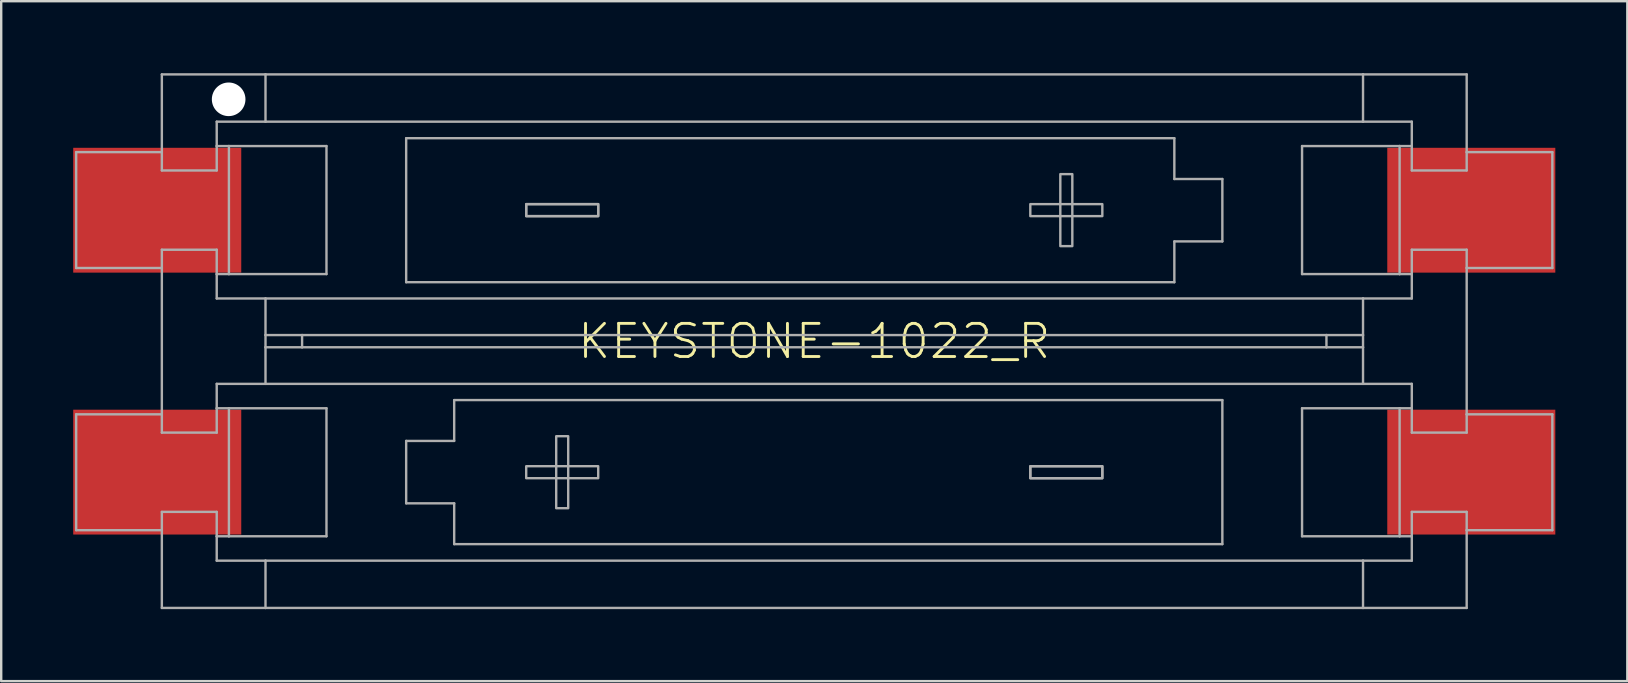
<source format=kicad_pcb>
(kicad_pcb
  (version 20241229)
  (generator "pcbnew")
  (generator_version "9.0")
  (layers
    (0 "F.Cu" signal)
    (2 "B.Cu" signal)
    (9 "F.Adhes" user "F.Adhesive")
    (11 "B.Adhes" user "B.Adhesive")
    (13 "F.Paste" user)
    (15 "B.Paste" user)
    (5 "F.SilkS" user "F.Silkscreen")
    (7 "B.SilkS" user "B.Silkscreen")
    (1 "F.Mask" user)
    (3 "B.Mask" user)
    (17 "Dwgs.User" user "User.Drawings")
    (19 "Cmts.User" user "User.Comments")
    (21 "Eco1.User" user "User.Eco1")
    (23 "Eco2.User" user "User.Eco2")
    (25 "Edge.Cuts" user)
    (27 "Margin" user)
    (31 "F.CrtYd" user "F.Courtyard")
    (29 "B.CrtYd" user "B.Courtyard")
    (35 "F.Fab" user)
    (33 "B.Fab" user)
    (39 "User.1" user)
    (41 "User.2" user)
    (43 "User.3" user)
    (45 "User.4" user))
  (footprint "KEYSTONE-1022_R"
    (layer "F.Cu")
    (at 30.87 11.162)
    (property "Reference" "KEYSTONE-1022_R" (at 0 0.006 0) (unlocked yes) (layer "F.SilkS") (effects (font (size 1.38 1.38) (thickness 0.12))))
    (fp_line (start -30.747 -7.874) (end -30.747 -3.048) (stroke (width 0.1) (type solid)) (layer "F.Fab"))
    (fp_line (start -30.747 -3.048) (end -27.178 -3.048) (stroke (width 0.1) (type solid)) (layer "F.Fab"))
    (fp_line (start -30.747 3.048) (end -30.747 7.874) (stroke (width 0.1) (type solid)) (layer "F.Fab"))
    (fp_line (start -30.747 7.874) (end -27.178 7.874) (stroke (width 0.1) (type solid)) (layer "F.Fab"))
    (fp_line (start -27.178 -11.113) (end -22.86 -11.113) (stroke (width 0.1) (type solid)) (layer "F.Fab"))
    (fp_line (start -27.178 -7.874) (end -30.747 -7.874) (stroke (width 0.1) (type solid)) (layer "F.Fab"))
    (fp_line (start -27.178 -7.874) (end -27.178 -11.113) (stroke (width 0.1) (type solid)) (layer "F.Fab"))
    (fp_line (start -27.178 -7.874) (end -27.178 -7.112) (stroke (width 0.1) (type solid)) (layer "F.Fab"))
    (fp_line (start -27.178 -7.112) (end -24.892 -7.112) (stroke (width 0.1) (type solid)) (layer "F.Fab"))
    (fp_line (start -27.178 -3.81) (end -27.178 -3.048) (stroke (width 0.1) (type solid)) (layer "F.Fab"))
    (fp_line (start -27.178 -3.81) (end -24.892 -3.81) (stroke (width 0.1) (type solid)) (layer "F.Fab"))
    (fp_line (start -27.178 3.048) (end -30.747 3.048) (stroke (width 0.1) (type solid)) (layer "F.Fab"))
    (fp_line (start -27.178 3.048) (end -27.178 -3.048) (stroke (width 0.1) (type solid)) (layer "F.Fab"))
    (fp_line (start -27.178 3.048) (end -27.178 3.81) (stroke (width 0.1) (type solid)) (layer "F.Fab"))
    (fp_line (start -27.178 3.81) (end -24.892 3.81) (stroke (width 0.1) (type solid)) (layer "F.Fab"))
    (fp_line (start -27.178 7.112) (end -24.892 7.112) (stroke (width 0.1) (type solid)) (layer "F.Fab"))
    (fp_line (start -27.178 7.874) (end -27.178 7.112) (stroke (width 0.1) (type solid)) (layer "F.Fab"))
    (fp_line (start -27.178 7.874) (end -27.178 11.113) (stroke (width 0.1) (type solid)) (layer "F.Fab"))
    (fp_line (start -24.892 -9.144) (end -22.86 -9.144) (stroke (width 0.1) (type solid)) (layer "F.Fab"))
    (fp_line (start -24.892 -8.128) (end -24.892 -9.144) (stroke (width 0.1) (type solid)) (layer "F.Fab"))
    (fp_line (start -24.892 -7.112) (end -24.892 -8.128) (stroke (width 0.1) (type solid)) (layer "F.Fab"))
    (fp_line (start -24.892 -3.81) (end -24.892 -2.794) (stroke (width 0.1) (type solid)) (layer "F.Fab"))
    (fp_line (start -24.892 -2.794) (end -24.892 -1.778) (stroke (width 0.1) (type solid)) (layer "F.Fab"))
    (fp_line (start -24.892 -1.778) (end -22.86 -1.778) (stroke (width 0.1) (type solid)) (layer "F.Fab"))
    (fp_line (start -24.892 2.794) (end -24.892 1.778) (stroke (width 0.1) (type solid)) (layer "F.Fab"))
    (fp_line (start -24.892 3.81) (end -24.892 2.794) (stroke (width 0.1) (type solid)) (layer "F.Fab"))
    (fp_line (start -24.892 7.112) (end -24.892 8.128) (stroke (width 0.1) (type solid)) (layer "F.Fab"))
    (fp_line (start -24.892 8.128) (end -24.892 9.144) (stroke (width 0.1) (type solid)) (layer "F.Fab"))
    (fp_line (start -24.892 8.128) (end -24.384 8.128) (stroke (width 0.1) (type solid)) (layer "F.Fab"))
    (fp_line (start -24.384 -8.128) (end -24.892 -8.128) (stroke (width 0.1) (type solid)) (layer "F.Fab"))
    (fp_line (start -24.384 -8.128) (end -24.384 -2.794) (stroke (width 0.1) (type solid)) (layer "F.Fab"))
    (fp_line (start -24.384 -2.794) (end -24.892 -2.794) (stroke (width 0.1) (type solid)) (layer "F.Fab"))
    (fp_line (start -24.384 -2.794) (end -20.32 -2.794) (stroke (width 0.1) (type solid)) (layer "F.Fab"))
    (fp_line (start -24.384 2.794) (end -24.892 2.794) (stroke (width 0.1) (type solid)) (layer "F.Fab"))
    (fp_line (start -24.384 2.794) (end -24.384 8.128) (stroke (width 0.1) (type solid)) (layer "F.Fab"))
    (fp_line (start -24.384 8.128) (end -20.32 8.128) (stroke (width 0.1) (type solid)) (layer "F.Fab"))
    (fp_line (start -22.86 -11.113) (end 22.86 -11.113) (stroke (width 0.1) (type solid)) (layer "F.Fab"))
    (fp_line (start -22.86 -9.144) (end -22.86 -11.113) (stroke (width 0.1) (type solid)) (layer "F.Fab"))
    (fp_line (start -22.86 -9.144) (end 22.86 -9.144) (stroke (width 0.1) (type solid)) (layer "F.Fab"))
    (fp_line (start -22.86 -1.778) (end 22.86 -1.778) (stroke (width 0.1) (type solid)) (layer "F.Fab"))
    (fp_line (start -22.86 -0.254) (end -22.86 -1.778) (stroke (width 0.1) (type solid)) (layer "F.Fab"))
    (fp_line (start -22.86 -0.254) (end -21.336 -0.254) (stroke (width 0.1) (type solid)) (layer "F.Fab"))
    (fp_line (start -22.86 0.254) (end -22.86 -0.254) (stroke (width 0.1) (type solid)) (layer "F.Fab"))
    (fp_line (start -22.86 1.778) (end -24.892 1.778) (stroke (width 0.1) (type solid)) (layer "F.Fab"))
    (fp_line (start -22.86 1.778) (end -22.86 0.254) (stroke (width 0.1) (type solid)) (layer "F.Fab"))
    (fp_line (start -22.86 9.144) (end -24.892 9.144) (stroke (width 0.1) (type solid)) (layer "F.Fab"))
    (fp_line (start -22.86 9.144) (end -22.86 11.113) (stroke (width 0.1) (type solid)) (layer "F.Fab"))
    (fp_line (start -22.86 11.113) (end -27.178 11.113) (stroke (width 0.1) (type solid)) (layer "F.Fab"))
    (fp_line (start -21.336 -0.254) (end -21.336 0.254) (stroke (width 0.1) (type solid)) (layer "F.Fab"))
    (fp_line (start -21.336 -0.254) (end 21.336 -0.254) (stroke (width 0.1) (type solid)) (layer "F.Fab"))
    (fp_line (start -21.336 0.254) (end -22.86 0.254) (stroke (width 0.1) (type solid)) (layer "F.Fab"))
    (fp_line (start -20.32 -8.128) (end -24.384 -8.128) (stroke (width 0.1) (type solid)) (layer "F.Fab"))
    (fp_line (start -20.32 -2.794) (end -20.32 -8.128) (stroke (width 0.1) (type solid)) (layer "F.Fab"))
    (fp_line (start -20.32 2.794) (end -24.384 2.794) (stroke (width 0.1) (type solid)) (layer "F.Fab"))
    (fp_line (start -20.32 8.128) (end -20.32 2.794) (stroke (width 0.1) (type solid)) (layer "F.Fab"))
    (fp_line (start -17 -8.455) (end -17 -2.455) (stroke (width 0.1) (type solid)) (layer "F.Fab"))
    (fp_line (start -17 -8.455) (end 15 -8.455) (stroke (width 0.1) (type solid)) (layer "F.Fab"))
    (fp_line (start -17 -2.455) (end 15 -2.455) (stroke (width 0.1) (type solid)) (layer "F.Fab"))
    (fp_line (start -17 4.155) (end -17 6.755) (stroke (width 0.1) (type solid)) (layer "F.Fab"))
    (fp_line (start -17 6.755) (end -15 6.755) (stroke (width 0.1) (type solid)) (layer "F.Fab"))
    (fp_line (start -15 2.455) (end -15 4.155) (stroke (width 0.1) (type solid)) (layer "F.Fab"))
    (fp_line (start -15 4.155) (end -17 4.155) (stroke (width 0.1) (type solid)) (layer "F.Fab"))
    (fp_line (start -15 8.455) (end -15 6.755) (stroke (width 0.1) (type solid)) (layer "F.Fab"))
    (fp_line (start 15 -8.455) (end 15 -6.755) (stroke (width 0.1) (type solid)) (layer "F.Fab"))
    (fp_line (start 15 -4.155) (end 17 -4.155) (stroke (width 0.1) (type solid)) (layer "F.Fab"))
    (fp_line (start 15 -2.455) (end 15 -4.155) (stroke (width 0.1) (type solid)) (layer "F.Fab"))
    (fp_line (start 17 -6.755) (end 15 -6.755) (stroke (width 0.1) (type solid)) (layer "F.Fab"))
    (fp_line (start 17 -4.155) (end 17 -6.755) (stroke (width 0.1) (type solid)) (layer "F.Fab"))
    (fp_line (start 17 2.455) (end -15 2.455) (stroke (width 0.1) (type solid)) (layer "F.Fab"))
    (fp_line (start 17 8.455) (end -15 8.455) (stroke (width 0.1) (type solid)) (layer "F.Fab"))
    (fp_line (start 17 8.455) (end 17 2.455) (stroke (width 0.1) (type solid)) (layer "F.Fab"))
    (fp_line (start 20.32 -8.128) (end 20.32 -2.794) (stroke (width 0.1) (type solid)) (layer "F.Fab"))
    (fp_line (start 20.32 -2.794) (end 24.384 -2.794) (stroke (width 0.1) (type solid)) (layer "F.Fab"))
    (fp_line (start 20.32 2.794) (end 20.32 8.128) (stroke (width 0.1) (type solid)) (layer "F.Fab"))
    (fp_line (start 20.32 8.128) (end 24.384 8.128) (stroke (width 0.1) (type solid)) (layer "F.Fab"))
    (fp_line (start 21.336 -0.254) (end 21.336 0.254) (stroke (width 0.1) (type solid)) (layer "F.Fab"))
    (fp_line (start 21.336 -0.254) (end 22.86 -0.254) (stroke (width 0.1) (type solid)) (layer "F.Fab"))
    (fp_line (start 21.336 0.254) (end -21.336 0.254) (stroke (width 0.1) (type solid)) (layer "F.Fab"))
    (fp_line (start 22.86 -11.113) (end 22.86 -9.144) (stroke (width 0.1) (type solid)) (layer "F.Fab"))
    (fp_line (start 22.86 -11.113) (end 27.178 -11.113) (stroke (width 0.1) (type solid)) (layer "F.Fab"))
    (fp_line (start 22.86 -9.144) (end 24.892 -9.144) (stroke (width 0.1) (type solid)) (layer "F.Fab"))
    (fp_line (start 22.86 -1.778) (end 22.86 -0.254) (stroke (width 0.1) (type solid)) (layer "F.Fab"))
    (fp_line (start 22.86 -1.778) (end 24.892 -1.778) (stroke (width 0.1) (type solid)) (layer "F.Fab"))
    (fp_line (start 22.86 -0.254) (end 22.86 0.254) (stroke (width 0.1) (type solid)) (layer "F.Fab"))
    (fp_line (start 22.86 0.254) (end 21.336 0.254) (stroke (width 0.1) (type solid)) (layer "F.Fab"))
    (fp_line (start 22.86 0.254) (end 22.86 1.778) (stroke (width 0.1) (type solid)) (layer "F.Fab"))
    (fp_line (start 22.86 1.778) (end -22.86 1.778) (stroke (width 0.1) (type solid)) (layer "F.Fab"))
    (fp_line (start 22.86 9.144) (end -22.86 9.144) (stroke (width 0.1) (type solid)) (layer "F.Fab"))
    (fp_line (start 22.86 9.144) (end 22.86 11.113) (stroke (width 0.1) (type solid)) (layer "F.Fab"))
    (fp_line (start 22.86 11.113) (end -22.86 11.113) (stroke (width 0.1) (type solid)) (layer "F.Fab"))
    (fp_line (start 22.86 11.113) (end 27.178 11.113) (stroke (width 0.1) (type solid)) (layer "F.Fab"))
    (fp_line (start 24.384 -8.128) (end 20.32 -8.128) (stroke (width 0.1) (type solid)) (layer "F.Fab"))
    (fp_line (start 24.384 -8.128) (end 24.384 -2.794) (stroke (width 0.1) (type solid)) (layer "F.Fab"))
    (fp_line (start 24.384 -8.128) (end 24.892 -8.128) (stroke (width 0.1) (type solid)) (layer "F.Fab"))
    (fp_line (start 24.384 -2.794) (end 24.892 -2.794) (stroke (width 0.1) (type solid)) (layer "F.Fab"))
    (fp_line (start 24.384 2.794) (end 20.32 2.794) (stroke (width 0.1) (type solid)) (layer "F.Fab"))
    (fp_line (start 24.384 2.794) (end 24.892 2.794) (stroke (width 0.1) (type solid)) (layer "F.Fab"))
    (fp_line (start 24.384 8.128) (end 24.384 2.794) (stroke (width 0.1) (type solid)) (layer "F.Fab"))
    (fp_line (start 24.384 8.128) (end 24.892 8.128) (stroke (width 0.1) (type solid)) (layer "F.Fab"))
    (fp_line (start 24.892 -8.128) (end 24.892 -9.144) (stroke (width 0.1) (type solid)) (layer "F.Fab"))
    (fp_line (start 24.892 -7.112) (end 24.892 -8.128) (stroke (width 0.1) (type solid)) (layer "F.Fab"))
    (fp_line (start 24.892 -3.81) (end 24.892 -2.794) (stroke (width 0.1) (type solid)) (layer "F.Fab"))
    (fp_line (start 24.892 -2.794) (end 24.892 -1.778) (stroke (width 0.1) (type solid)) (layer "F.Fab"))
    (fp_line (start 24.892 1.778) (end 22.86 1.778) (stroke (width 0.1) (type solid)) (layer "F.Fab"))
    (fp_line (start 24.892 2.794) (end 24.892 1.778) (stroke (width 0.1) (type solid)) (layer "F.Fab"))
    (fp_line (start 24.892 3.81) (end 24.892 2.794) (stroke (width 0.1) (type solid)) (layer "F.Fab"))
    (fp_line (start 24.892 7.112) (end 24.892 8.128) (stroke (width 0.1) (type solid)) (layer "F.Fab"))
    (fp_line (start 24.892 8.128) (end 24.892 9.144) (stroke (width 0.1) (type solid)) (layer "F.Fab"))
    (fp_line (start 24.892 9.144) (end 22.86 9.144) (stroke (width 0.1) (type solid)) (layer "F.Fab"))
    (fp_line (start 27.178 -11.113) (end 27.178 -7.874) (stroke (width 0.1) (type solid)) (layer "F.Fab"))
    (fp_line (start 27.178 -7.874) (end 27.178 -7.112) (stroke (width 0.1) (type solid)) (layer "F.Fab"))
    (fp_line (start 27.178 -7.112) (end 24.892 -7.112) (stroke (width 0.1) (type solid)) (layer "F.Fab"))
    (fp_line (start 27.178 -3.81) (end 24.892 -3.81) (stroke (width 0.1) (type solid)) (layer "F.Fab"))
    (fp_line (start 27.178 -3.048) (end 27.178 -3.81) (stroke (width 0.1) (type solid)) (layer "F.Fab"))
    (fp_line (start 27.178 -3.048) (end 30.747 -3.048) (stroke (width 0.1) (type solid)) (layer "F.Fab"))
    (fp_line (start 27.178 3.048) (end 27.178 -3.048) (stroke (width 0.1) (type solid)) (layer "F.Fab"))
    (fp_line (start 27.178 3.81) (end 24.892 3.81) (stroke (width 0.1) (type solid)) (layer "F.Fab"))
    (fp_line (start 27.178 3.81) (end 27.178 3.048) (stroke (width 0.1) (type solid)) (layer "F.Fab"))
    (fp_line (start 27.178 7.112) (end 24.892 7.112) (stroke (width 0.1) (type solid)) (layer "F.Fab"))
    (fp_line (start 27.178 7.874) (end 27.178 7.112) (stroke (width 0.1) (type solid)) (layer "F.Fab"))
    (fp_line (start 27.178 7.874) (end 30.747 7.874) (stroke (width 0.1) (type solid)) (layer "F.Fab"))
    (fp_line (start 27.178 11.113) (end 27.178 7.874) (stroke (width 0.1) (type solid)) (layer "F.Fab"))
    (fp_line (start 30.747 -7.874) (end 27.178 -7.874) (stroke (width 0.1) (type solid)) (layer "F.Fab"))
    (fp_line (start 30.747 -3.048) (end 30.747 -7.874) (stroke (width 0.1) (type solid)) (layer "F.Fab"))
    (fp_line (start 30.747 3.048) (end 27.178 3.048) (stroke (width 0.1) (type solid)) (layer "F.Fab"))
    (fp_line (start 30.747 7.874) (end 30.747 3.048) (stroke (width 0.1) (type solid)) (layer "F.Fab"))
    (fp_poly (pts (xy -12 5.709) (xy -9 5.709) (xy -9 5.209) (xy -12 5.209)) (stroke (width 0.1) (type default)) (fill no) (layer "F.Fab"))
    (fp_poly (pts (xy -10.75 6.959) (xy -10.25 6.959) (xy -10.25 3.959) (xy -10.75 3.959)) (stroke (width 0.1) (type default)) (fill no) (layer "F.Fab"))
    (fp_poly (pts (xy -9 -5.709) (xy -12 -5.709) (xy -12 -5.209) (xy -9 -5.209)) (stroke (width 0.1) (type default)) (fill no) (layer "F.Fab"))
    (fp_poly (pts (xy -9 -5.709) (xy -12 -5.709) (xy -12 -5.209) (xy -9 -5.209)) (stroke (width 0.1) (type default)) (fill no) (layer "F.Fab"))
    (fp_poly (pts (xy 9 5.709) (xy 12 5.709) (xy 12 5.209) (xy 9 5.209)) (stroke (width 0.1) (type default)) (fill no) (layer "F.Fab"))
    (fp_poly (pts (xy 9 5.709) (xy 12 5.709) (xy 12 5.209) (xy 9 5.209)) (stroke (width 0.1) (type default)) (fill no) (layer "F.Fab"))
    (fp_poly (pts (xy 10.75 -6.959) (xy 10.25 -6.959) (xy 10.25 -3.959) (xy 10.75 -3.959)) (stroke (width 0.1) (type default)) (fill no) (layer "F.Fab"))
    (fp_poly (pts (xy 12 -5.709) (xy 9 -5.709) (xy 9 -5.209) (xy 12 -5.209)) (stroke (width 0.1) (type default)) (fill no) (layer "F.Fab"))
    (pad "" np_thru_hole circle (at -24.395 -10.075) (size 1.4 1.4) (drill 1.4) (layers "*.Cu" "*.Mask"))
    (pad "M1" smd rect (at 27.37 5.455) (size 7 5.2) (layers "F.Cu" "F.Mask" "F.Paste"))
    (pad "M2" smd rect (at -27.37 -5.455) (size 7 5.2) (layers "F.Cu" "F.Mask" "F.Paste"))
    (pad "P1" smd rect (at -27.37 5.455) (size 7 5.2) (layers "F.Cu" "F.Mask" "F.Paste"))
    (pad "P2" smd rect (at 27.37 -5.455) (size 7 5.2) (layers "F.Cu" "F.Mask" "F.Paste")))
  (gr_rect
    (start -3 -3)
    (end 64.74 25.325)
    (stroke (width 0.1) (type default))
    (fill no)
    (layer "Edge.Cuts")))
</source>
